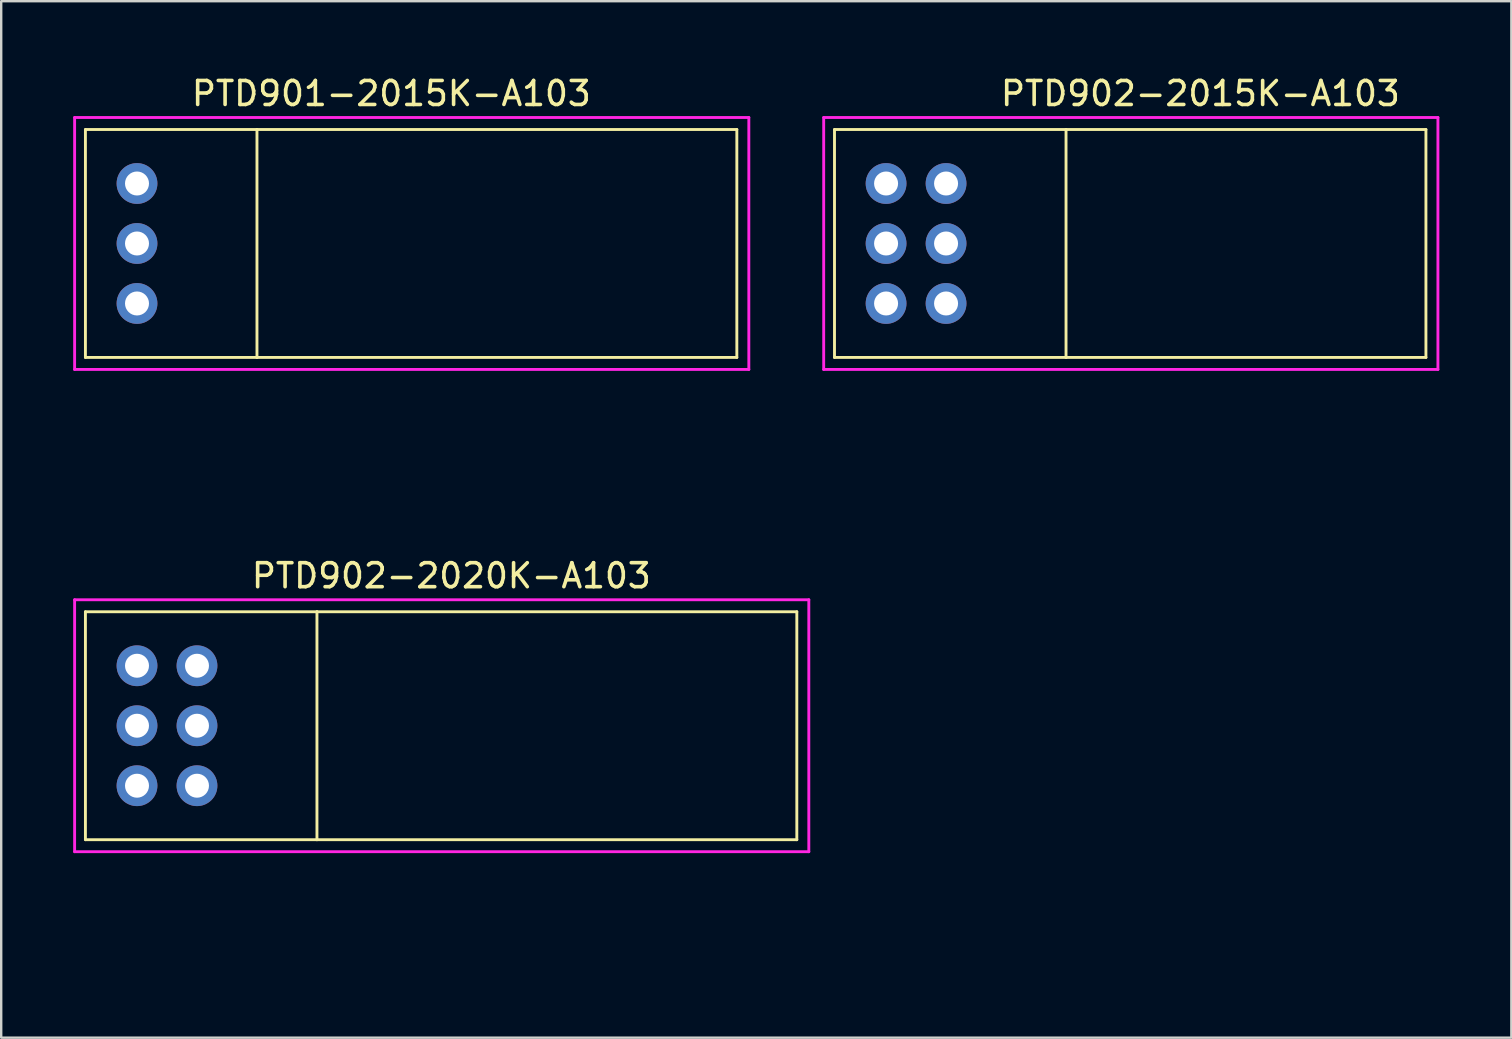
<source format=kicad_pcb>
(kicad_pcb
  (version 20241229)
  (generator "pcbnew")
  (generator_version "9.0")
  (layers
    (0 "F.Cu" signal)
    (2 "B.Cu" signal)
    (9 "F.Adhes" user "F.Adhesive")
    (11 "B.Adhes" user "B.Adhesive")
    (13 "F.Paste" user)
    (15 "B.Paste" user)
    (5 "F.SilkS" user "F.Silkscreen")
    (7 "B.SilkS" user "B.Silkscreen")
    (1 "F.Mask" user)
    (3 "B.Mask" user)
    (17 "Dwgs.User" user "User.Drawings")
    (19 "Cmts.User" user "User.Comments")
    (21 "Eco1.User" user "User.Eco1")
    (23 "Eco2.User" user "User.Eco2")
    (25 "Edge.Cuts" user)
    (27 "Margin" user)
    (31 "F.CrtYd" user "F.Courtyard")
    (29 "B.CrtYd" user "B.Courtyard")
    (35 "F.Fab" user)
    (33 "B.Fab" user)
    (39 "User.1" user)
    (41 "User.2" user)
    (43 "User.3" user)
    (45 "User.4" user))
  (footprint "PTD902-2020K-A103"
    (layer "F.Cu")
    (at 5.66 36.947)
    (property "Reference" "PTD902-2020K-A103" (at 10.1 -16 0) (layer "F.SilkS") (effects (font (size 1 1) (thickness 0.15))))
    (attr through_hole)
    (fp_line (start -5.15 -14.5) (end -5.15 -5) (stroke (width 0.12) (type solid)) (layer "F.SilkS"))
    (fp_line (start -5.15 -14.5) (end 4.5 -14.5) (stroke (width 0.12) (type solid)) (layer "F.SilkS"))
    (fp_line (start -5.15 -5) (end 4.5 -5) (stroke (width 0.12) (type solid)) (layer "F.SilkS"))
    (fp_line (start 4.5 -14.5) (end 4.5 -5) (stroke (width 0.12) (type solid)) (layer "F.SilkS"))
    (fp_line (start 4.5 -14.5) (end 24.5 -14.5) (stroke (width 0.12) (type solid)) (layer "F.SilkS"))
    (fp_line (start 4.5 -5) (end 24.5 -5) (stroke (width 0.12) (type solid)) (layer "F.SilkS"))
    (fp_line (start 24.5 -14.5) (end 24.5 -5) (stroke (width 0.12) (type solid)) (layer "F.SilkS"))
    (fp_line (start -5.6 -15) (end -5.6 -4.5) (stroke (width 0.12) (type solid)) (layer "F.CrtYd"))
    (fp_line (start -5.6 -4.5) (end 25 -4.5) (stroke (width 0.12) (type solid)) (layer "F.CrtYd"))
    (fp_line (start 25 -15) (end -5.6 -15) (stroke (width 0.12) (type solid)) (layer "F.CrtYd"))
    (fp_line (start 25 -4.5) (end 25 -15) (stroke (width 0.12) (type solid)) (layer "F.CrtYd"))
    (pad "1" thru_hole circle (at -3 -7.25) (size 1.7 1.7) (drill 1) (layers "*.Cu" "*.Mask"))
    (pad "2" thru_hole circle (at -3 -9.75) (size 1.7 1.7) (drill 1) (layers "*.Cu" "*.Mask"))
    (pad "3" thru_hole circle (at -3 -12.25) (size 1.7 1.7) (drill 1) (layers "*.Cu" "*.Mask"))
    (pad "4" thru_hole circle (at -0.5 -7.25) (size 1.7 1.7) (drill 1) (layers "*.Cu" "*.Mask"))
    (pad "5" thru_hole circle (at -0.5 -9.75) (size 1.7 1.7) (drill 1) (layers "*.Cu" "*.Mask"))
    (pad "6" thru_hole circle (at -0.5 -12.25) (size 1.7 1.7) (drill 1) (layers "*.Cu" "*.Mask")))
  (footprint "PTD902-2015K-A103"
    (layer "F.Cu")
    (at 36.88 16.848)
    (property "Reference" "PTD902-2015K-A103" (at 10.1 -16 0) (layer "F.SilkS") (effects (font (size 1 1) (thickness 0.15))))
    (attr through_hole)
    (fp_line (start -5.15 -14.5) (end -5.15 -5) (stroke (width 0.12) (type solid)) (layer "F.SilkS"))
    (fp_line (start -5.15 -14.5) (end 4.5 -14.5) (stroke (width 0.12) (type solid)) (layer "F.SilkS"))
    (fp_line (start -5.15 -5) (end 4.5 -5) (stroke (width 0.12) (type solid)) (layer "F.SilkS"))
    (fp_line (start 4.5 -14.5) (end 4.5 -5) (stroke (width 0.12) (type solid)) (layer "F.SilkS"))
    (fp_line (start 4.5 -14.5) (end 19.5 -14.5) (stroke (width 0.12) (type solid)) (layer "F.SilkS"))
    (fp_line (start 4.5 -5) (end 19.5 -5) (stroke (width 0.12) (type solid)) (layer "F.SilkS"))
    (fp_line (start 19.5 -14.5) (end 19.5 -5) (stroke (width 0.12) (type solid)) (layer "F.SilkS"))
    (fp_line (start -5.6 -15) (end -5.6 -4.5) (stroke (width 0.12) (type solid)) (layer "F.CrtYd"))
    (fp_line (start -5.6 -4.5) (end 20 -4.5) (stroke (width 0.12) (type solid)) (layer "F.CrtYd"))
    (fp_line (start 20 -15) (end -5.6 -15) (stroke (width 0.12) (type solid)) (layer "F.CrtYd"))
    (fp_line (start 20 -4.5) (end 20 -15) (stroke (width 0.12) (type solid)) (layer "F.CrtYd"))
    (pad "1" thru_hole circle (at -3 -7.25) (size 1.7 1.7) (drill 1) (layers "*.Cu" "*.Mask"))
    (pad "2" thru_hole circle (at -3 -9.75) (size 1.7 1.7) (drill 1) (layers "*.Cu" "*.Mask"))
    (pad "3" thru_hole circle (at -3 -12.25) (size 1.7 1.7) (drill 1) (layers "*.Cu" "*.Mask"))
    (pad "4" thru_hole circle (at -0.5 -7.25) (size 1.7 1.7) (drill 1) (layers "*.Cu" "*.Mask"))
    (pad "5" thru_hole circle (at -0.5 -9.75) (size 1.7 1.7) (drill 1) (layers "*.Cu" "*.Mask"))
    (pad "6" thru_hole circle (at -0.5 -12.25) (size 1.7 1.7) (drill 1) (layers "*.Cu" "*.Mask")))
  (footprint "PTD901-2015K-A103"
    (layer "F.Cu")
    (at 3.16 16.848)
    (property "Reference" "PTD901-2015K-A103" (at 10.1 -16 0) (layer "F.SilkS") (effects (font (size 1 1) (thickness 0.15))))
    (attr through_hole)
    (fp_line (start -2.65 -14.5) (end -2.65 -5) (stroke (width 0.12) (type solid)) (layer "F.SilkS"))
    (fp_line (start -2.65 -14.5) (end 4.5 -14.5) (stroke (width 0.12) (type solid)) (layer "F.SilkS"))
    (fp_line (start -2.65 -5) (end 4.5 -5) (stroke (width 0.12) (type solid)) (layer "F.SilkS"))
    (fp_line (start 4.5 -14.5) (end 4.5 -5) (stroke (width 0.12) (type solid)) (layer "F.SilkS"))
    (fp_line (start 4.5 -14.5) (end 24.5 -14.5) (stroke (width 0.12) (type solid)) (layer "F.SilkS"))
    (fp_line (start 4.5 -5) (end 24.5 -5) (stroke (width 0.12) (type solid)) (layer "F.SilkS"))
    (fp_line (start 24.5 -14.5) (end 24.5 -5) (stroke (width 0.12) (type solid)) (layer "F.SilkS"))
    (fp_line (start -3.1 -15) (end -3.1 -4.5) (stroke (width 0.12) (type solid)) (layer "F.CrtYd"))
    (fp_line (start -3.1 -4.5) (end 25 -4.5) (stroke (width 0.12) (type solid)) (layer "F.CrtYd"))
    (fp_line (start 25 -15) (end -3.1 -15) (stroke (width 0.12) (type solid)) (layer "F.CrtYd"))
    (fp_line (start 25 -4.5) (end 25 -15) (stroke (width 0.12) (type solid)) (layer "F.CrtYd"))
    (pad "1" thru_hole circle (at -0.5 -7.25) (size 1.7 1.7) (drill 1) (layers "*.Cu" "*.Mask"))
    (pad "2" thru_hole circle (at -0.5 -9.75) (size 1.7 1.7) (drill 1) (layers "*.Cu" "*.Mask"))
    (pad "3" thru_hole circle (at -0.5 -12.25) (size 1.7 1.7) (drill 1) (layers "*.Cu" "*.Mask")))
  (gr_rect
    (start -3 -3)
    (end 59.94 40.197)
    (stroke (width 0.1) (type default))
    (fill no)
    (layer "Edge.Cuts")))
</source>
